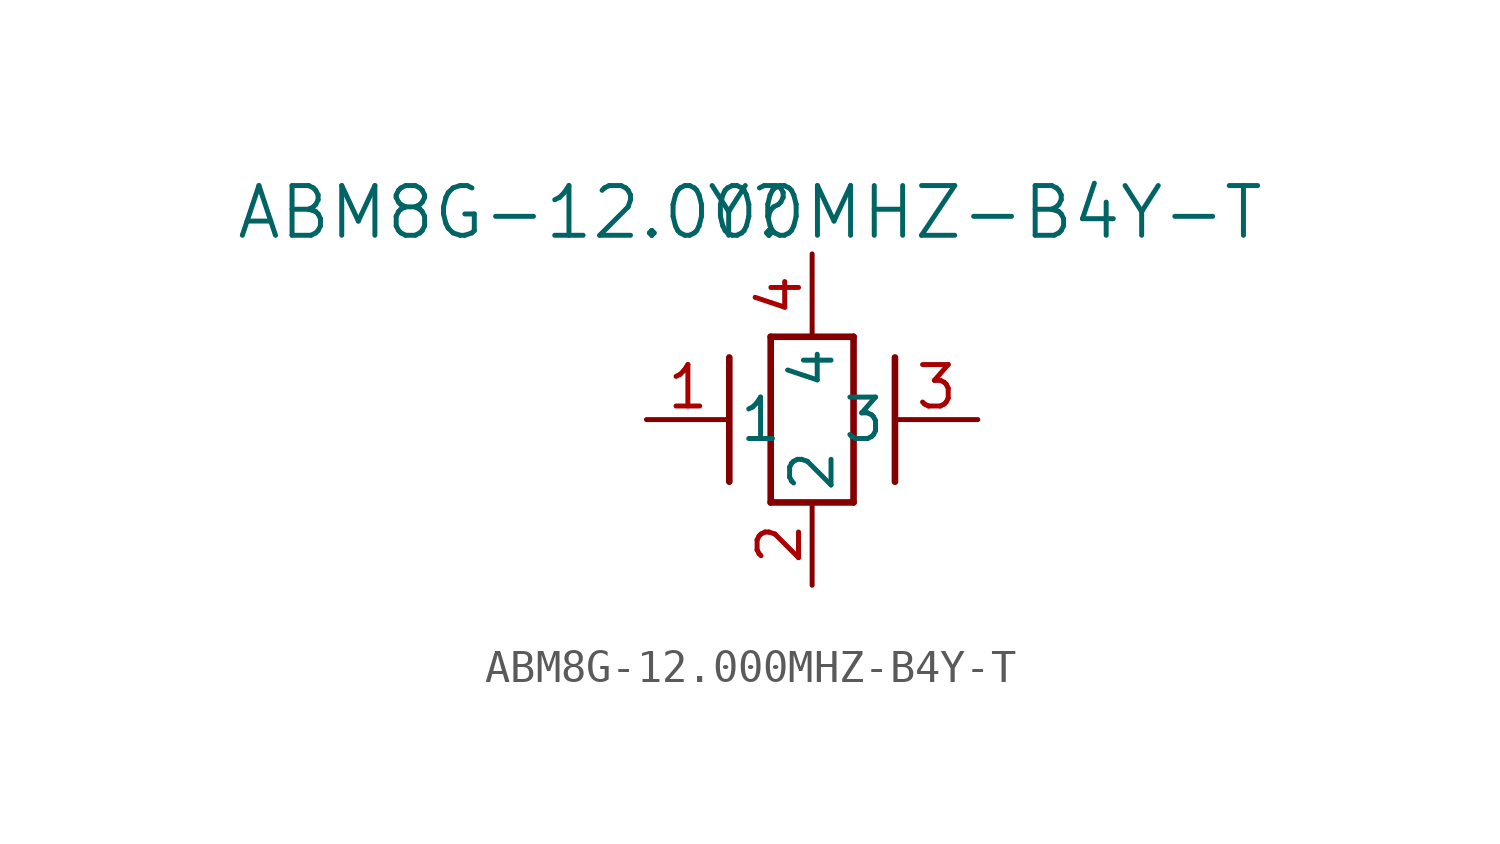
<source format=kicad_sym>
(kicad_symbol_lib
  (version 20211014)
  (generator kicad_symbol_editor)
  (symbol "ABM8G-12.000MHZ-B4Y-T"
    (pin_names
      (offset 0.254))
    (property "Reference" "Y"
      (at 3.175 6.35 0)
      (effects (font (size 1.524 1.524))))
    (property "Value" "ABM8G-12.000MHZ-B4Y-T"
      (at 3.175 6.35 0)
      (effects (font (size 1.524 1.524))))
    (symbol "ABM8G-12.000MHZ-B4Y-T_0_1"
      (polyline (pts (xy 2.54 -1.905) (xy 2.54 1.905)) (stroke (width 0.203) (type default) (color 0 0 0 0)) (fill (type none)))
      (polyline (pts (xy 6.35 2.54) (xy 6.35 -2.54)) (stroke (width 0.203) (type default) (color 0 0 0 0)) (fill (type none)))
      (polyline (pts (xy 7.62 -1.905) (xy 7.62 1.905)) (stroke (width 0.203) (type default) (color 0 0 0 0)) (fill (type none)))
      (polyline (pts (xy 6.35 -2.54) (xy 3.81 -2.54)) (stroke (width 0.203) (type default) (color 0 0 0 0)) (fill (type none)))
      (polyline (pts (xy 3.81 2.54) (xy 6.35 2.54)) (stroke (width 0.203) (type default) (color 0 0 0 0)) (fill (type none)))
      (polyline (pts (xy 3.81 -2.54) (xy 3.81 2.54)) (stroke (width 0.203) (type default) (color 0 0 0 0)) (fill (type none)))
      (pin unspecified line (at 0 0 0) (length 2.54) (name "1" (effects (font (size 1.27 1.27)))) (number "1" (effects (font (size 1.27 1.27)))))
      (pin unspecified line (at 5.08 -5.08 90) (length 2.54) (name "2" (effects (font (size 1.27 1.27)))) (number "2" (effects (font (size 1.27 1.27)))))
      (pin unspecified line (at 10.16 0 180) (length 2.54) (name "3" (effects (font (size 1.27 1.27)))) (number "3" (effects (font (size 1.27 1.27)))))
      (pin unspecified line (at 5.08 5.08 270) (length 2.54) (name "4" (effects (font (size 1.27 1.27)))) (number "4" (effects (font (size 1.27 1.27))))))))
</source>
